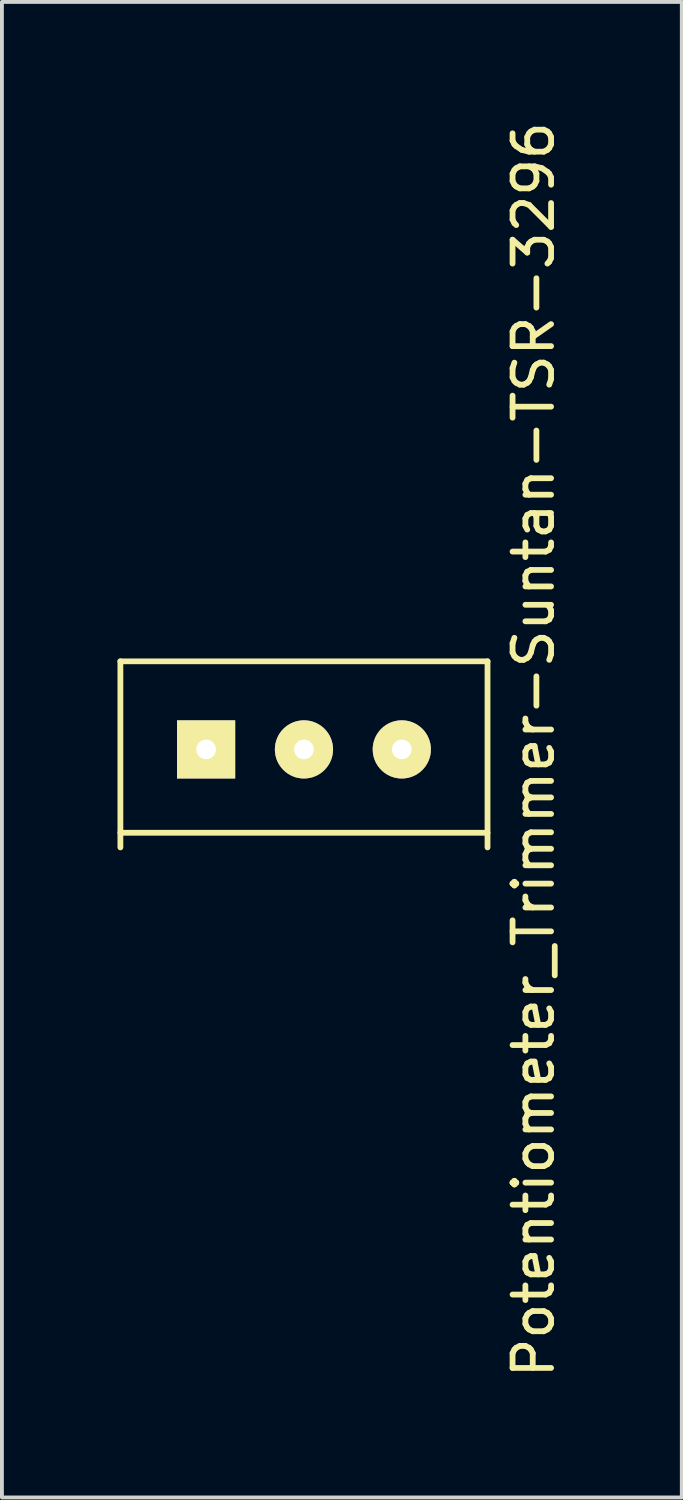
<source format=kicad_pcb>
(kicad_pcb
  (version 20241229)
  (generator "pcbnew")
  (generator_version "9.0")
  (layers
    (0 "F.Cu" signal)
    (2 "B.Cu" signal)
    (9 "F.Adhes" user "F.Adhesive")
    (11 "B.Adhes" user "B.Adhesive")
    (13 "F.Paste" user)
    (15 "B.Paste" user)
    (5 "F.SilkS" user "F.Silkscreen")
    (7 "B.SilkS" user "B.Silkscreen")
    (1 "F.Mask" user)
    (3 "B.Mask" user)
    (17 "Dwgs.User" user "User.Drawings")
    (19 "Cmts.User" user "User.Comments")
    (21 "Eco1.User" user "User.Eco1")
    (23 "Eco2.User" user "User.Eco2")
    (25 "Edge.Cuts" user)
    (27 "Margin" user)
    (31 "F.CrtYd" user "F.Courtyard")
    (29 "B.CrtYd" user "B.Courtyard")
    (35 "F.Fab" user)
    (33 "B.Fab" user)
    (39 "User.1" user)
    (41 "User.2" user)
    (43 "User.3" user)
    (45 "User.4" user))
  (footprint "Potentiometer_Trimmer-Suntan-TSR-3296"
    (layer "F.Cu")
    (at 2.3 16.411)
    (property "Reference" "Potentiometer_Trimmer-Suntan-TSR-3296" (at 8.5 0 90) (layer "F.SilkS") (effects (font (size 1 1) (thickness 0.15))))
    (attr through_hole)
    (fp_line (start -2.225 -2.294) (end -2.225 2.536) (stroke (width 0.15) (type solid)) (layer "F.SilkS"))
    (fp_line (start -2.225 -2.294) (end 7.305 -2.294) (stroke (width 0.15) (type solid)) (layer "F.SilkS"))
    (fp_line (start 7.305 -2.294) (end 7.305 2.536) (stroke (width 0.15) (type solid)) (layer "F.SilkS"))
    (fp_line (start 7.305 2.156) (end -2.225 2.156) (stroke (width 0.15) (type solid)) (layer "F.SilkS"))
    (pad "1" thru_hole rect (at 0 -0.008) (size 1.51 1.51) (drill 0.51) (layers "*.Cu" "*.Mask" "F.SilkS"))
    (pad "2" thru_hole circle (at 2.54 -0.008) (size 1.51 1.51) (drill 0.51) (layers "*.Cu" "*.Mask" "F.SilkS"))
    (pad "3" thru_hole circle (at 5.08 -0.008) (size 1.51 1.51) (drill 0.51) (layers "*.Cu" "*.Mask" "F.SilkS")))
  (gr_rect
    (start -3 -3)
    (end 14.648 35.821)
    (stroke (width 0.1) (type default))
    (fill no)
    (layer "Edge.Cuts")))
</source>
